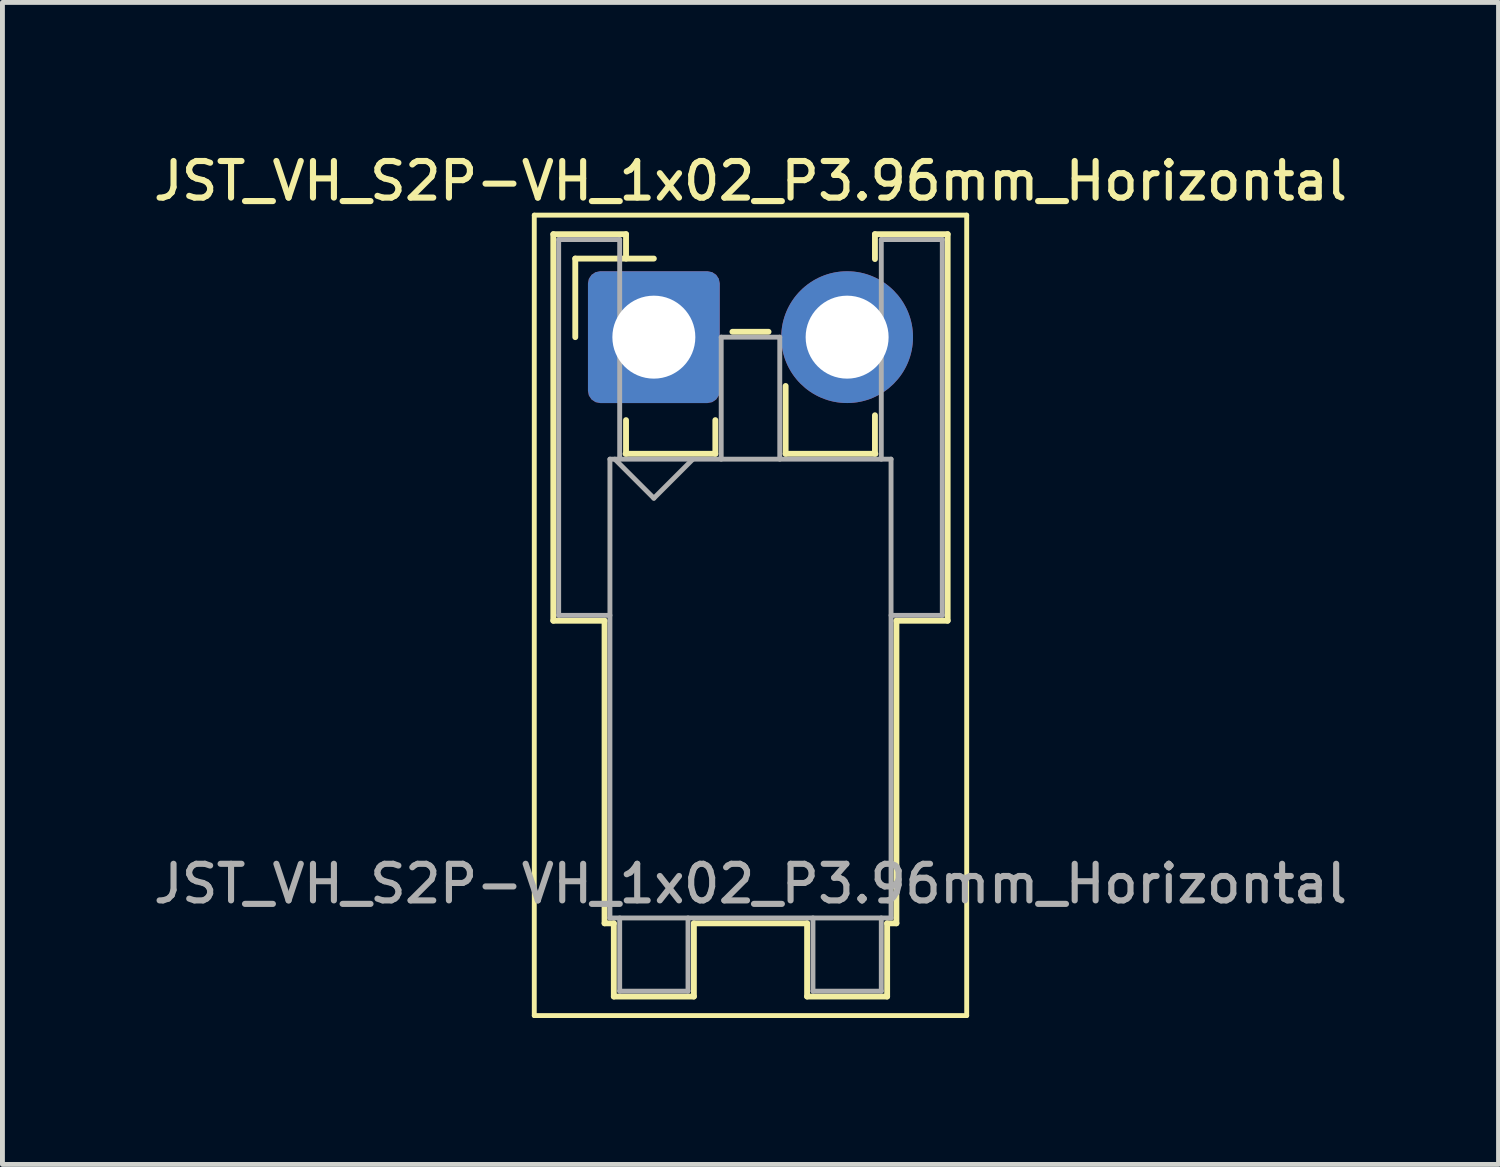
<source format=kicad_pcb>
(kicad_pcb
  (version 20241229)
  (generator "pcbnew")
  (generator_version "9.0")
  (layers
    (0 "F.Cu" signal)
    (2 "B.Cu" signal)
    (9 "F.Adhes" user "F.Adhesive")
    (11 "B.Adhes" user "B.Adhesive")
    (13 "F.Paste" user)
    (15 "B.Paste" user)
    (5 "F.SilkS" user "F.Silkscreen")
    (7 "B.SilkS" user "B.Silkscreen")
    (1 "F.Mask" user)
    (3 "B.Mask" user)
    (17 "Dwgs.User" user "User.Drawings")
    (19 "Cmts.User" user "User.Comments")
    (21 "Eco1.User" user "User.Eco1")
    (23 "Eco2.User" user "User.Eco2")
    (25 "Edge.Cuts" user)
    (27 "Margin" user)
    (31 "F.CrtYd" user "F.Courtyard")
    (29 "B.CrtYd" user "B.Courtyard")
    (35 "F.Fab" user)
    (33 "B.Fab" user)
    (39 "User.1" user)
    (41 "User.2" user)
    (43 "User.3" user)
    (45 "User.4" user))
  (footprint "JST_VH_S2P-VH_1x02_P3.96mm_Horizontal"
    (layer "F.Cu")
    (at 10.347 3.858)
    (property "Reference" "JST_VH_S2P-VH_1x02_P3.96mm_Horizontal" (at 1.98 -3.2 0) (layer "F.SilkS") (effects (font (size 0.75 0.75) (thickness 0.125))))
    (attr through_hole)
    (fp_line (start -2.45 -2.5) (end -2.45 13.9) (stroke (width 0.1) (type solid)) (layer "F.SilkS"))
    (fp_line (start -2.45 13.9) (end 6.41 13.9) (stroke (width 0.1) (type solid)) (layer "F.SilkS"))
    (fp_line (start -2.06 -2.11) (end -0.57 -2.11) (stroke (width 0.12) (type solid)) (layer "F.SilkS"))
    (fp_line (start -2.06 5.81) (end -2.06 -2.11) (stroke (width 0.12) (type solid)) (layer "F.SilkS"))
    (fp_line (start -1.61 -1.61) (end -1.61 0) (stroke (width 0.12) (type solid)) (layer "F.SilkS"))
    (fp_line (start -1.01 5.81) (end -2.06 5.81) (stroke (width 0.12) (type solid)) (layer "F.SilkS"))
    (fp_line (start -1.01 5.81) (end -1.01 12.01) (stroke (width 0.12) (type solid)) (layer "F.SilkS"))
    (fp_line (start -1.01 12.01) (end -0.82 12.01) (stroke (width 0.12) (type solid)) (layer "F.SilkS"))
    (fp_line (start -0.82 12.01) (end -0.82 13.51) (stroke (width 0.12) (type solid)) (layer "F.SilkS"))
    (fp_line (start -0.82 13.51) (end 0.82 13.51) (stroke (width 0.12) (type solid)) (layer "F.SilkS"))
    (fp_line (start -0.58 2.39) (end 1.26 2.39) (stroke (width 0.12) (type solid)) (layer "F.SilkS"))
    (fp_line (start -0.57 -2.11) (end -0.57 -1.61) (stroke (width 0.12) (type solid)) (layer "F.SilkS"))
    (fp_line (start -0.57 1.7) (end -0.57 2.39) (stroke (width 0.12) (type solid)) (layer "F.SilkS"))
    (fp_line (start 0 -1.61) (end -1.61 -1.61) (stroke (width 0.12) (type solid)) (layer "F.SilkS"))
    (fp_line (start 0.82 12.01) (end 3.14 12.01) (stroke (width 0.12) (type solid)) (layer "F.SilkS"))
    (fp_line (start 0.82 13.51) (end 0.82 12.01) (stroke (width 0.12) (type solid)) (layer "F.SilkS"))
    (fp_line (start 1.26 2.39) (end 1.26 1.7) (stroke (width 0.12) (type solid)) (layer "F.SilkS"))
    (fp_line (start 1.61 -0.11) (end 2.35 -0.11) (stroke (width 0.12) (type solid)) (layer "F.SilkS"))
    (fp_line (start 2.7 1) (end 2.7 2.39) (stroke (width 0.12) (type solid)) (layer "F.SilkS"))
    (fp_line (start 2.7 2.39) (end 4.54 2.39) (stroke (width 0.12) (type solid)) (layer "F.SilkS"))
    (fp_line (start 3.14 12.01) (end 3.14 13.51) (stroke (width 0.12) (type solid)) (layer "F.SilkS"))
    (fp_line (start 3.14 13.51) (end 4.78 13.51) (stroke (width 0.12) (type solid)) (layer "F.SilkS"))
    (fp_line (start 4.53 -2.11) (end 6.02 -2.11) (stroke (width 0.12) (type solid)) (layer "F.SilkS"))
    (fp_line (start 4.53 -1.6) (end 4.53 -2.11) (stroke (width 0.12) (type solid)) (layer "F.SilkS"))
    (fp_line (start 4.53 2.39) (end 4.53 1.6) (stroke (width 0.12) (type solid)) (layer "F.SilkS"))
    (fp_line (start 4.78 12.01) (end 4.97 12.01) (stroke (width 0.12) (type solid)) (layer "F.SilkS"))
    (fp_line (start 4.78 13.51) (end 4.78 12.01) (stroke (width 0.12) (type solid)) (layer "F.SilkS"))
    (fp_line (start 4.97 12.01) (end 4.97 5.81) (stroke (width 0.12) (type solid)) (layer "F.SilkS"))
    (fp_line (start 6.02 -2.11) (end 6.02 5.81) (stroke (width 0.12) (type solid)) (layer "F.SilkS"))
    (fp_line (start 6.02 5.81) (end 4.97 5.81) (stroke (width 0.12) (type solid)) (layer "F.SilkS"))
    (fp_line (start 6.41 -2.5) (end -2.45 -2.5) (stroke (width 0.1) (type solid)) (layer "F.SilkS"))
    (fp_line (start 6.41 13.9) (end 6.41 -2.5) (stroke (width 0.1) (type solid)) (layer "F.SilkS"))
    (fp_line (start -1.95 -2) (end -0.7 -2) (stroke (width 0.1) (type solid)) (layer "F.Fab"))
    (fp_line (start -1.95 5.7) (end -1.95 -2) (stroke (width 0.1) (type solid)) (layer "F.Fab"))
    (fp_line (start -0.9 2.5) (end -0.9 11.9) (stroke (width 0.1) (type solid)) (layer "F.Fab"))
    (fp_line (start -0.9 5.7) (end -1.95 5.7) (stroke (width 0.1) (type solid)) (layer "F.Fab"))
    (fp_line (start -0.9 11.9) (end 4.86 11.9) (stroke (width 0.1) (type solid)) (layer "F.Fab"))
    (fp_line (start -0.8 2.5) (end 0 3.3) (stroke (width 0.1) (type solid)) (layer "F.Fab"))
    (fp_line (start -0.7 -2) (end -0.7 2.5) (stroke (width 0.1) (type solid)) (layer "F.Fab"))
    (fp_line (start -0.7 11.9) (end -0.7 13.4) (stroke (width 0.1) (type solid)) (layer "F.Fab"))
    (fp_line (start -0.7 13.4) (end 0.7 13.4) (stroke (width 0.1) (type solid)) (layer "F.Fab"))
    (fp_line (start 0 3.3) (end 0.8 2.5) (stroke (width 0.1) (type solid)) (layer "F.Fab"))
    (fp_line (start 0.7 13.4) (end 0.7 11.9) (stroke (width 0.1) (type solid)) (layer "F.Fab"))
    (fp_line (start 1.38 0) (end 2.58 0) (stroke (width 0.1) (type solid)) (layer "F.Fab"))
    (fp_line (start 1.38 2.5) (end 1.38 0) (stroke (width 0.1) (type solid)) (layer "F.Fab"))
    (fp_line (start 2.58 0) (end 2.58 2.5) (stroke (width 0.1) (type solid)) (layer "F.Fab"))
    (fp_line (start 3.26 11.9) (end 3.26 13.4) (stroke (width 0.1) (type solid)) (layer "F.Fab"))
    (fp_line (start 3.26 13.4) (end 4.66 13.4) (stroke (width 0.1) (type solid)) (layer "F.Fab"))
    (fp_line (start 4.66 -2) (end 5.91 -2) (stroke (width 0.1) (type solid)) (layer "F.Fab"))
    (fp_line (start 4.66 2.5) (end 4.66 -2) (stroke (width 0.1) (type solid)) (layer "F.Fab"))
    (fp_line (start 4.66 13.4) (end 4.66 11.9) (stroke (width 0.1) (type solid)) (layer "F.Fab"))
    (fp_line (start 4.86 2.5) (end -0.9 2.5) (stroke (width 0.1) (type solid)) (layer "F.Fab"))
    (fp_line (start 4.86 11.9) (end 4.86 2.5) (stroke (width 0.1) (type solid)) (layer "F.Fab"))
    (fp_line (start 5.91 -2) (end 5.91 5.7) (stroke (width 0.1) (type solid)) (layer "F.Fab"))
    (fp_line (start 5.91 5.7) (end 4.86 5.7) (stroke (width 0.1) (type solid)) (layer "F.Fab"))
    (fp_text user "${REFERENCE}" (at 1.98 11.2 0) (layer "F.Fab") (effects (font (size 0.75 0.75) (thickness 0.125))))
    (pad "1" thru_hole roundrect (at 0 0) (size 2.7 2.7) (drill 1.7) (layers "*.Cu" "*.Mask") (roundrect_rratio 0.093))
    (pad "2" thru_hole circle (at 3.96 0) (size 2.7 2.7) (drill 1.7) (layers "*.Cu" "*.Mask")))
  (gr_rect
    (start -3 -3)
    (end 27.654 20.808)
    (stroke (width 0.1) (type default))
    (fill no)
    (layer "Edge.Cuts")))
</source>
